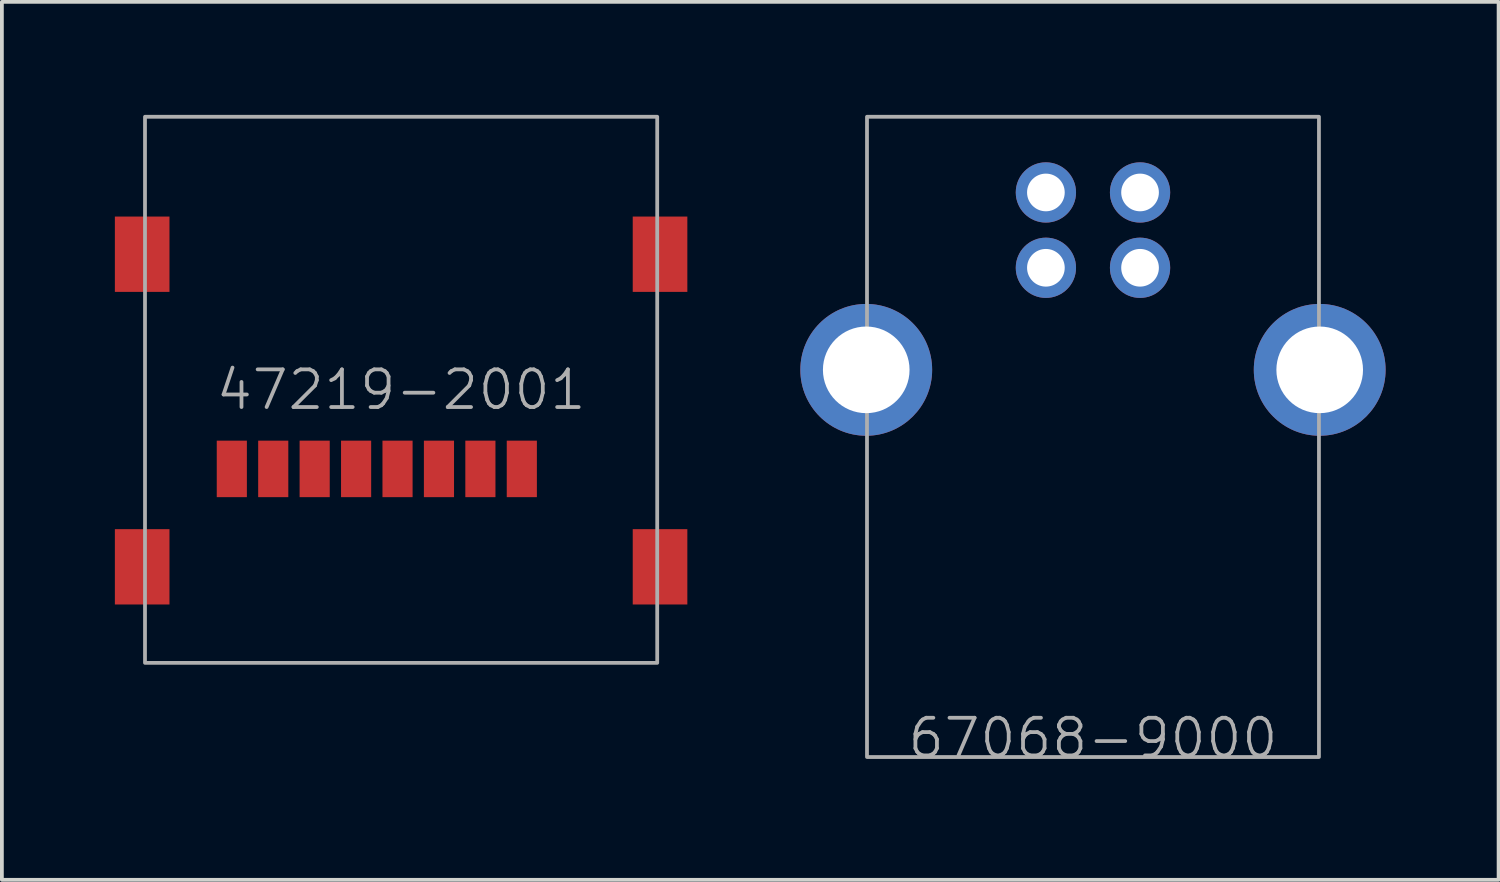
<source format=kicad_pcb>
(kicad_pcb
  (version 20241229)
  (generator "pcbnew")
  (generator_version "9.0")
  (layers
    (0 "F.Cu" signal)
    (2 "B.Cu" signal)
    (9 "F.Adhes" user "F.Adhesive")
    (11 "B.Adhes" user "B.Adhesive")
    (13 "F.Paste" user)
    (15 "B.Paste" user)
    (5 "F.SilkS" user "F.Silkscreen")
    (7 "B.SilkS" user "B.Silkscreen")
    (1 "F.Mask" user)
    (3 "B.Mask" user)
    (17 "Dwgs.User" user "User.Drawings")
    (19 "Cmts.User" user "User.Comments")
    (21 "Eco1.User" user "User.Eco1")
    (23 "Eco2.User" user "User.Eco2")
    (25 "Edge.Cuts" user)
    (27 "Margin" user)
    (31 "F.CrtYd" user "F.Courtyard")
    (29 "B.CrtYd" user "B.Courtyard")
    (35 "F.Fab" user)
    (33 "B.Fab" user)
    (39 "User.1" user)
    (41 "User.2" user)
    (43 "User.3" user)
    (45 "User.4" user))
  (footprint "67068-9000"
    (layer "F.Cu")
    (at 25.97 17.05)
    (property "Reference" "67068-9000" (at 0 -0.5 0) (unlocked yes) (layer "F.Fab") (effects (font (size 1 1) (thickness 0.1))))
    (attr through_hole)
    (fp_rect (start -6 0) (end 6 -17) (stroke (width 0.1) (type default)) (fill no) (layer "F.Fab"))
    (pad "1" thru_hole circle (at 1.25 -14.99) (size 1.6 1.6) (drill 1) (layers "*.Cu" "*.Mask"))
    (pad "2" thru_hole circle (at -1.25 -14.99) (size 1.6 1.6) (drill 1) (layers "*.Cu" "*.Mask"))
    (pad "3" thru_hole circle (at -1.25 -12.99) (size 1.6 1.6) (drill 1) (layers "*.Cu" "*.Mask"))
    (pad "4" thru_hole circle (at 1.25 -12.99) (size 1.6 1.6) (drill 1) (layers "*.Cu" "*.Mask"))
    (pad "5" thru_hole circle (at -6.02 -10.28) (size 3.5 3.5) (drill 2.3) (layers "*.Cu" "*.Mask"))
    (pad "5" thru_hole circle (at 6.02 -10.28) (size 3.5 3.5) (drill 2.3) (layers "*.Cu" "*.Mask")))
  (footprint "47219-2001"
    (layer "F.Cu")
    (at 7.6 7.3)
    (property "Reference" "47219-2001" (at 0 0 0) (unlocked yes) (layer "F.Fab") (effects (font (size 1 1) (thickness 0.1))))
    (attr smd)
    (fp_rect (start -6.8 7.25) (end 6.8 -7.25) (stroke (width 0.1) (type default)) (fill no) (layer "F.Fab"))
    (pad "1" smd rect (at 3.205 2.1) (size 0.8 1.5) (layers "F.Cu" "F.Mask" "F.Paste"))
    (pad "2" smd rect (at 2.105 2.1) (size 0.8 1.5) (layers "F.Cu" "F.Mask" "F.Paste"))
    (pad "3" smd rect (at 1.005 2.1) (size 0.8 1.5) (layers "F.Cu" "F.Mask" "F.Paste"))
    (pad "4" smd rect (at -0.095 2.1) (size 0.8 1.5) (layers "F.Cu" "F.Mask" "F.Paste"))
    (pad "5" smd rect (at -1.195 2.1) (size 0.8 1.5) (layers "F.Cu" "F.Mask" "F.Paste"))
    (pad "6" smd rect (at -2.295 2.1) (size 0.8 1.5) (layers "F.Cu" "F.Mask" "F.Paste"))
    (pad "7" smd rect (at -3.395 2.1) (size 0.8 1.5) (layers "F.Cu" "F.Mask" "F.Paste"))
    (pad "8" smd rect (at -4.495 2.1) (size 0.8 1.5) (layers "F.Cu" "F.Mask" "F.Paste"))
    (pad "9" smd rect (at -6.875 -3.6) (size 1.45 2) (layers "F.Cu" "F.Mask" "F.Paste"))
    (pad "9" smd rect (at -6.875 4.7) (size 1.45 2) (layers "F.Cu" "F.Mask" "F.Paste"))
    (pad "9" smd rect (at 6.875 -3.6) (size 1.45 2) (layers "F.Cu" "F.Mask" "F.Paste"))
    (pad "9" smd rect (at 6.875 4.7) (size 1.45 2) (layers "F.Cu" "F.Mask" "F.Paste")))
  (gr_rect
    (start -3 -3)
    (end 36.74 20.311)
    (stroke (width 0.1) (type default))
    (fill no)
    (layer "Edge.Cuts")))
</source>
